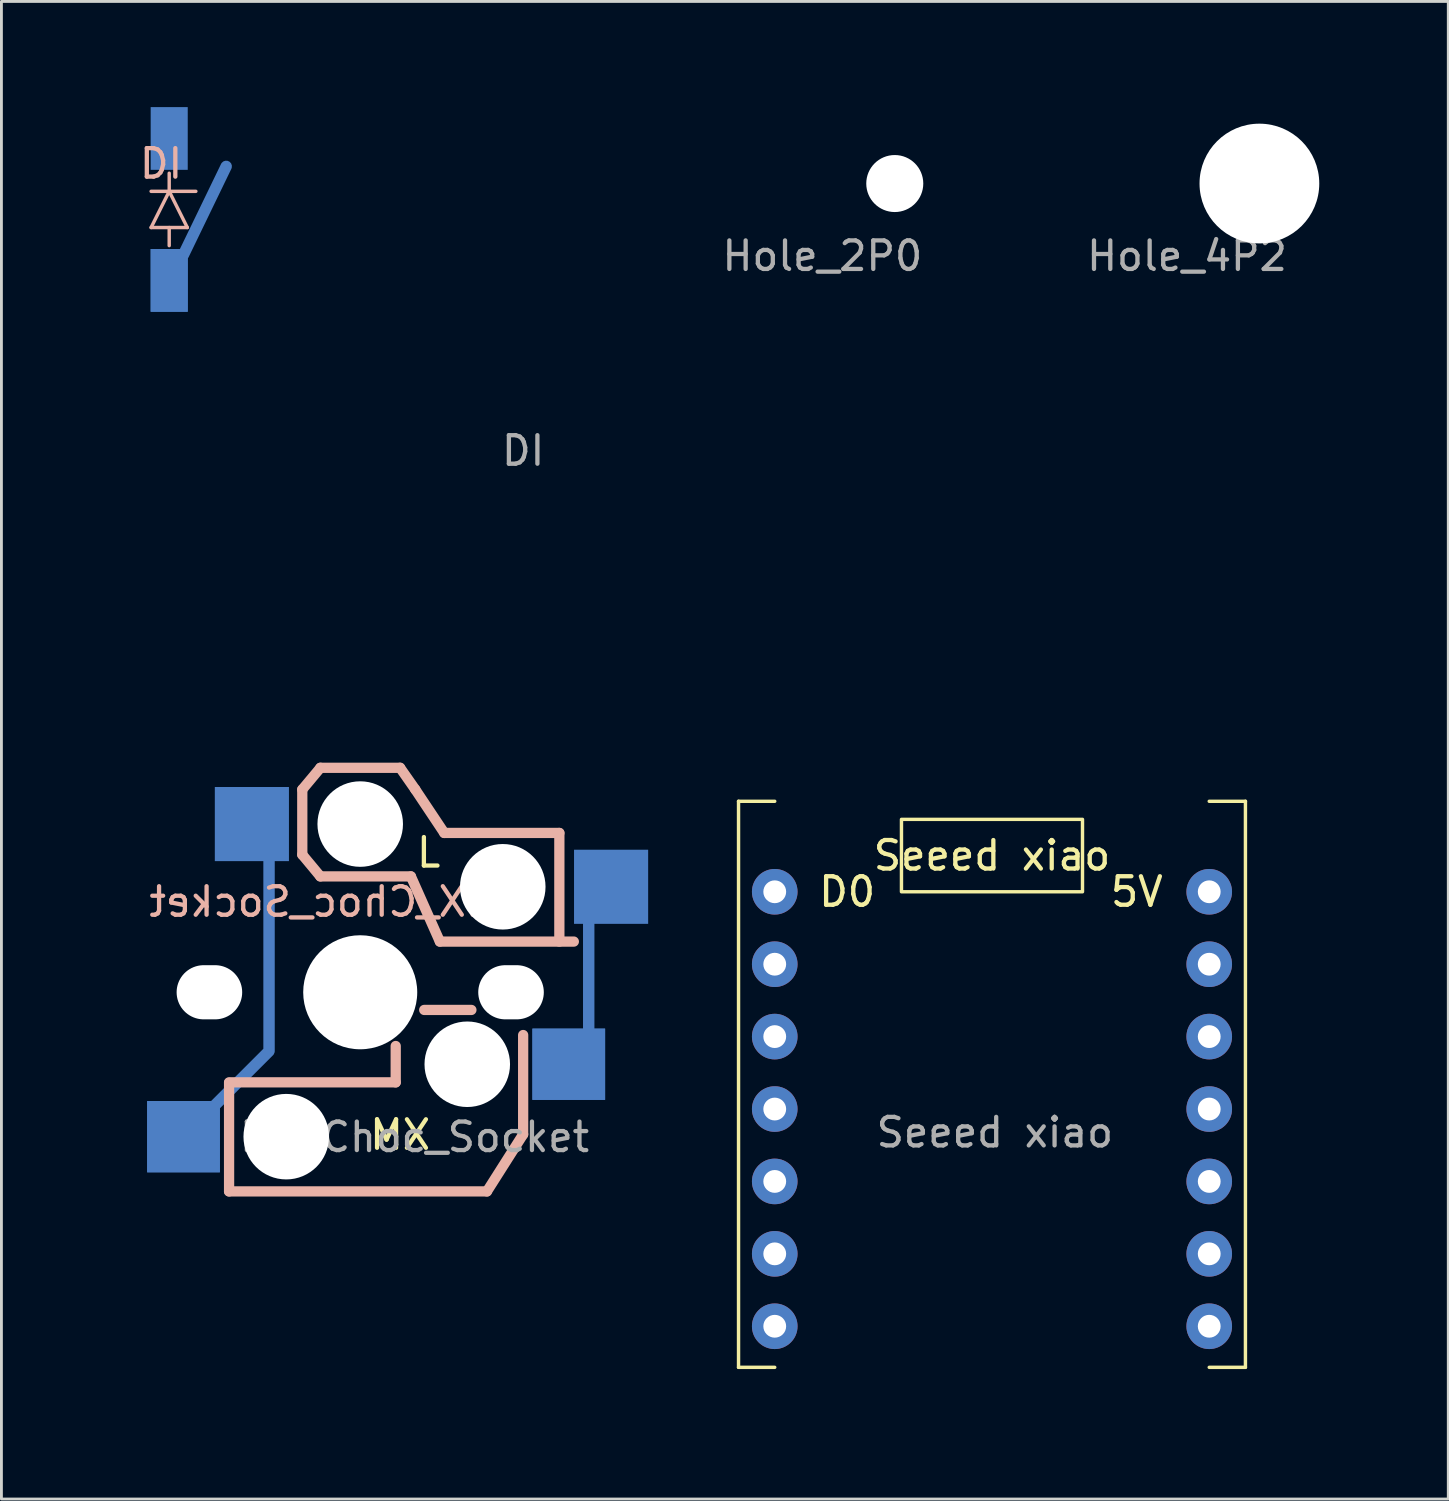
<source format=kicad_pcb>
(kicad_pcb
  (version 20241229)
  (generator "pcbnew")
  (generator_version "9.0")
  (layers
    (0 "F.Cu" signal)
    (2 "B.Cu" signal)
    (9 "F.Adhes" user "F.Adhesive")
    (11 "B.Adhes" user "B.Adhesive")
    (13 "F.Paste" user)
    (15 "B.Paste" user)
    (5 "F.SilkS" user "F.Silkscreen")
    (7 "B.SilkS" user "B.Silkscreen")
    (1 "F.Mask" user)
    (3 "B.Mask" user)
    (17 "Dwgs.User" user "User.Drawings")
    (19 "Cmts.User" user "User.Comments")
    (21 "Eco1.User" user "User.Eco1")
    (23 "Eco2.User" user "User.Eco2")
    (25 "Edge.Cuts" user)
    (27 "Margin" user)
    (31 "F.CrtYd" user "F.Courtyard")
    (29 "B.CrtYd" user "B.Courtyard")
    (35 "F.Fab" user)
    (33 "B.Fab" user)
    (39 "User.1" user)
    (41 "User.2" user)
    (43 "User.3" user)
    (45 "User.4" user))
  (footprint "Hole_4P2"
    (layer "F.Cu")
    (at 41.125 3.388)
    (property "Reference" "Hole_4P2" (at 0 -2.54 0) (unlocked yes) (layer "User.1") (effects (font (size 1 1) (thickness 0.15))))
    (fp_circle (center 0 0) (end 1 0) (stroke (width 0.12) (type solid)) (fill no) (layer "User.2"))
    (fp_circle (center 0 0) (end 1 0) (stroke (width 0.12) (type solid)) (fill no) (layer "User.3"))
    (fp_text user "${REFERENCE}" (at -2.54 2.54 0) (unlocked yes) (layer "F.Fab") (effects (font (size 1 1) (thickness 0.15))))
    (pad "" np_thru_hole circle (at 0 0) (size 4.2 4.2) (drill 4.2) (layers "*.Cu")))
  (footprint "DI"
    (layer "F.Cu")
    (at 9.585 9.585)
    (property "Reference" "DI" (at -6.985 -6.985 180) (unlocked yes) (layer "B.SilkS") (effects (font (size 1 1) (thickness 0.15)) (justify mirror)))
    (attr through_hole)
    (fp_line (start -7.335 -4.654) (end -6.065 -4.654) (stroke (width 0.12) (type solid)) (layer "B.SilkS"))
    (fp_line (start -6.7 -6.559) (end -6.7 -5.924) (stroke (width 0.12) (type solid)) (layer "B.SilkS"))
    (fp_line (start -6.7 -5.924) (end -7.335 -4.654) (stroke (width 0.12) (type solid)) (layer "B.SilkS"))
    (fp_line (start -6.7 -4.019) (end -6.7 -4.654) (stroke (width 0.12) (type solid)) (layer "B.SilkS"))
    (fp_line (start -6.065 -4.654) (end -6.7 -5.924) (stroke (width 0.12) (type solid)) (layer "B.SilkS"))
    (fp_line (start -5.765 -5.924) (end -7.335 -5.924) (stroke (width 0.12) (type solid)) (layer "B.SilkS"))
    (fp_rect (start -9.525 -9.525) (end 9.525 9.525) (stroke (width 0.12) (type solid)) (fill no) (layer "User.1"))
    (fp_text user "${REFERENCE}" (at 5.715 3.175 0) (unlocked yes) (layer "F.Fab") (effects (font (size 1 1) (thickness 0.15))))
    (pad "1" smd rect (at -6.7 -2.8 270) (size 2.2 1.3) (layers "B.Cu" "B.Mask" "B.Paste"))
    (pad "1" smd custom (at -6.7 -2.8 270) (size 2.2 1.3) (layers "B.Cu") (options (anchor rect)) (primitives (gr_line (start -0.9 -0.5) (end -4 -2) (width 0.4))))
    (pad "2" smd rect (at -6.7 -7.778 270) (size 2.2 1.3) (layers "B.Cu" "B.Mask" "B.Paste")))
  (footprint "Seeed xiao"
    (layer "F.Cu")
    (at 31.745 44.193)
    (property "Reference" "Seeed xiao" (at 0 -17.233 0) (unlocked yes) (layer "F.SilkS") (effects (font (size 1 1) (thickness 0.15))))
    (attr through_hole)
    (fp_line (start -8.89 -19.137) (end -8.89 0.718) (stroke (width 0.12) (type solid)) (layer "F.SilkS"))
    (fp_line (start -8.89 0.718) (end -7.62 0.718) (stroke (width 0.12) (type solid)) (layer "F.SilkS"))
    (fp_line (start -7.62 -19.137) (end -8.89 -19.137) (stroke (width 0.12) (type solid)) (layer "F.SilkS"))
    (fp_line (start 7.62 -19.137) (end 8.89 -19.137) (stroke (width 0.12) (type solid)) (layer "F.SilkS"))
    (fp_line (start 8.89 -19.137) (end 8.89 0.718) (stroke (width 0.12) (type solid)) (layer "F.SilkS"))
    (fp_line (start 8.89 0.718) (end 7.62 0.718) (stroke (width 0.12) (type solid)) (layer "F.SilkS"))
    (fp_rect (start -3.175 -18.503) (end 3.175 -15.963) (stroke (width 0.12) (type solid)) (fill no) (layer "F.SilkS"))
    (fp_rect (start -9 -21.962) (end 9 2.277) (stroke (width 0.12) (type solid)) (fill no) (layer "User.1"))
    (fp_text user "5V" (at 5.08 -15.963 0) (unlocked yes) (layer "F.SilkS") (effects (font (size 1 1) (thickness 0.15))))
    (fp_text user "D0" (at -5.08 -15.963 0) (unlocked yes) (layer "F.SilkS") (effects (font (size 1 1) (thickness 0.15))))
    (fp_text user "${REFERENCE}" (at 0.1 -7.522 0) (unlocked yes) (layer "F.Fab") (effects (font (size 1 1) (thickness 0.15))))
    (pad "0" thru_hole circle (at -7.62 -15.963) (size 1.6 1.6) (drill 0.8) (layers "*.Cu" "*.Mask"))
    (pad "1" thru_hole circle (at -7.62 -13.422) (size 1.6 1.6) (drill 0.8) (layers "*.Cu" "*.Mask"))
    (pad "2" thru_hole circle (at -7.62 -10.883) (size 1.6 1.6) (drill 0.8) (layers "*.Cu" "*.Mask"))
    (pad "3" thru_hole circle (at -7.62 -8.342) (size 1.6 1.6) (drill 0.8) (layers "*.Cu" "*.Mask"))
    (pad "4" thru_hole circle (at -7.62 -5.803) (size 1.6 1.6) (drill 0.8) (layers "*.Cu" "*.Mask"))
    (pad "5" thru_hole circle (at -7.62 -3.263) (size 1.6 1.6) (drill 0.8) (layers "*.Cu" "*.Mask"))
    (pad "6" thru_hole circle (at -7.62 -0.723) (size 1.6 1.6) (drill 0.8) (layers "*.Cu" "*.Mask"))
    (pad "7" thru_hole circle (at 7.62 -0.723) (size 1.6 1.6) (drill 0.8) (layers "*.Cu" "*.Mask"))
    (pad "8" thru_hole circle (at 7.62 -3.263) (size 1.6 1.6) (drill 0.8) (layers "*.Cu" "*.Mask"))
    (pad "9" thru_hole circle (at 7.62 -5.803) (size 1.6 1.6) (drill 0.8) (layers "*.Cu" "*.Mask"))
    (pad "10" thru_hole circle (at 7.62 -8.342) (size 1.6 1.6) (drill 0.8) (layers "*.Cu" "*.Mask"))
    (pad "11" thru_hole circle (at 7.62 -10.883) (size 1.6 1.6) (drill 0.8) (layers "*.Cu" "*.Mask"))
    (pad "12" thru_hole circle (at 7.62 -13.422) (size 1.6 1.6) (drill 0.8) (layers "*.Cu" "*.Mask"))
    (pad "13" thru_hole circle (at 7.62 -15.963) (size 1.6 1.6) (drill 0.8) (layers "*.Cu" "*.Mask")))
  (footprint "Hole_2P0"
    (layer "F.Cu")
    (at 28.335 3.388)
    (property "Reference" "Hole_2P0" (at 0 -2.54 0) (unlocked yes) (layer "User.1") (effects (font (size 1 1) (thickness 0.15))))
    (fp_text user "${REFERENCE}" (at -2.54 2.54 0) (unlocked yes) (layer "F.Fab") (effects (font (size 1 1) (thickness 0.15))))
    (pad "" np_thru_hole circle (at 0 0) (size 2 2) (drill 2) (layers "*.Cu")))
  (footprint "MX_Choc_Socket"
    (layer "F.Cu")
    (at 9.585 31.755)
    (property "Reference" "MX_Choc_Socket" (at -1.27 -3.175 0) (unlocked yes) (layer "B.SilkS") (effects (font (size 1 1) (thickness 0.15)) (justify mirror)))
    (attr through_hole)
    (fp_line (start -4.6 3.16) (end 1.245 3.16) (stroke (width 0.36) (type solid)) (layer "B.SilkS"))
    (fp_line (start -4.6 6.985) (end -4.6 3.175) (stroke (width 0.36) (type solid)) (layer "B.SilkS"))
    (fp_line (start -2.032 -7.112) (end -1.395 -7.874) (stroke (width 0.36) (type solid)) (layer "B.SilkS"))
    (fp_line (start -2.032 -4.826) (end -2.032 -7.112) (stroke (width 0.36) (type solid)) (layer "B.SilkS"))
    (fp_line (start -1.399 -7.874) (end 1.399 -7.874) (stroke (width 0.36) (type solid)) (layer "B.SilkS"))
    (fp_line (start -1.399 -4.064) (end -2.032 -4.826) (stroke (width 0.36) (type solid)) (layer "B.SilkS"))
    (fp_line (start -1.399 -4.064) (end 1.778 -4.064) (stroke (width 0.36) (type solid)) (layer "B.SilkS"))
    (fp_line (start 1.245 3.16) (end 1.245 1.885) (stroke (width 0.36) (type solid)) (layer "B.SilkS"))
    (fp_line (start 1.932 -7.112) (end 1.399 -7.874) (stroke (width 0.36) (type solid)) (layer "B.SilkS"))
    (fp_line (start 2.794 -1.778) (end 1.778 -4.064) (stroke (width 0.36) (type solid)) (layer "B.SilkS"))
    (fp_line (start 2.948 -5.588) (end 1.932 -7.112) (stroke (width 0.36) (type solid)) (layer "B.SilkS"))
    (fp_line (start 3.9 0.62) (end 2.245 0.62) (stroke (width 0.36) (type solid)) (layer "B.SilkS"))
    (fp_line (start 4.445 6.985) (end -4.6 6.985) (stroke (width 0.36) (type solid)) (layer "B.SilkS"))
    (fp_line (start 5.715 1.5) (end 5.715 4.985) (stroke (width 0.36) (type solid)) (layer "B.SilkS"))
    (fp_line (start 5.715 4.985) (end 4.445 6.985) (stroke (width 0.36) (type solid)) (layer "B.SilkS"))
    (fp_line (start 6.985 -5.588) (end 2.948 -5.588) (stroke (width 0.36) (type solid)) (layer "B.SilkS"))
    (fp_line (start 6.985 -1.778) (end 6.985 -5.588) (stroke (width 0.36) (type solid)) (layer "B.SilkS"))
    (fp_line (start 7.493 -1.778) (end 2.794 -1.778) (stroke (width 0.36) (type solid)) (layer "B.SilkS"))
    (fp_rect (start -9.525 -9.525) (end 9.525 9.525) (stroke (width 0.12) (type solid)) (fill no) (layer "User.1"))
    (fp_rect (start -7 -7) (end 7 7) (stroke (width 0.12) (type solid)) (fill no) (layer "User.1"))
    (fp_rect (start -7 -7) (end 7 7) (stroke (width 0.12) (type solid)) (fill no) (layer "User.2"))
    (fp_text user "L" (at 2.4 -4.9 0) (unlocked yes) (layer "F.SilkS") (effects (font (size 1 1) (thickness 0.15))))
    (fp_text user "MX" (at 1.4 5 0) (unlocked yes) (layer "F.SilkS") (effects (font (size 1 1) (thickness 0.15))))
    (fp_text user "${REFERENCE}" (at 1.905 5.08 0) (unlocked yes) (layer "F.Fab") (effects (font (size 1 1) (thickness 0.15))))
    (pad "" np_thru_hole oval (at -5.29 0) (size 2.3 1.9) (drill oval 2.3 1.9) (layers "*.Cu"))
    (pad "" np_thru_hole circle (at -2.595 5.065) (size 3 3) (drill 3) (layers "*.Cu"))
    (pad "" np_thru_hole circle (at 0 -5.9 180) (size 3 3) (drill 3) (layers "*.Cu"))
    (pad "" np_thru_hole circle (at 0 0 180) (size 4 4) (drill 4) (layers "*.Cu"))
    (pad "" np_thru_hole circle (at 3.755 2.525) (size 3 3) (drill 3) (layers "*.Cu"))
    (pad "" np_thru_hole circle (at 5 -3.7 180) (size 3 3) (drill 3) (layers "*.Cu"))
    (pad "" np_thru_hole oval (at 5.29 0) (size 2.3 1.9) (drill oval 2.3 1.9) (layers "*.Cu"))
    (pad "1" smd rect (at -6.198 5.065) (size 2.55 2.5) (layers "B.Cu" "B.Mask" "B.Paste"))
    (pad "1" smd custom (at -6.198 5.065) (size 2.55 2.5) (layers "B.Cu") (options (anchor rect)) (primitives (gr_line (start 1 -1) (end 3 -3) (width 0.4)) (gr_line (start 3 -3) (end 3 -10) (width 0.4))))
    (pad "1" smd rect (at -3.8 -5.9 180) (size 2.6 2.6) (layers "B.Cu" "B.Mask" "B.Paste"))
    (pad "2" smd rect (at 7.315 2.525) (size 2.55 2.5) (layers "B.Cu" "B.Mask" "B.Paste"))
    (pad "2" smd custom (at 7.315 2.525) (size 2.55 2.5) (layers "B.Cu") (options (anchor rect)) (primitives (gr_line (start 0.7 -1) (end 0.7 -5) (width 0.4))))
    (pad "2" smd rect (at 8.8 -3.7 180) (size 2.6 2.6) (layers "B.Cu" "B.Mask" "B.Paste")))
  (gr_rect
    (start -3 -3)
    (end 47.75 49.53)
    (stroke (width 0.1) (type default))
    (fill no)
    (layer "Edge.Cuts")))
</source>
